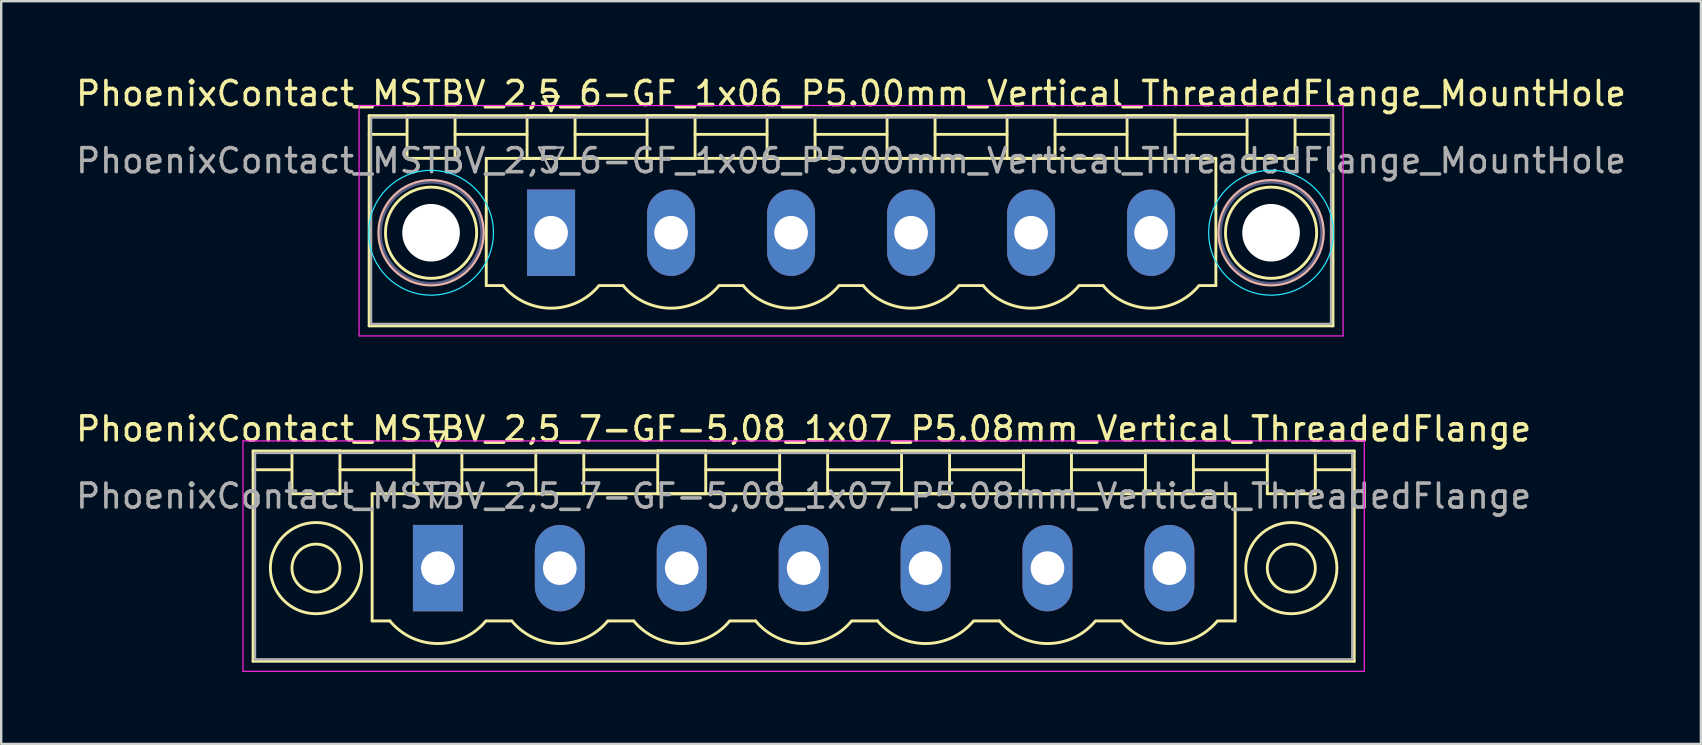
<source format=kicad_pcb>
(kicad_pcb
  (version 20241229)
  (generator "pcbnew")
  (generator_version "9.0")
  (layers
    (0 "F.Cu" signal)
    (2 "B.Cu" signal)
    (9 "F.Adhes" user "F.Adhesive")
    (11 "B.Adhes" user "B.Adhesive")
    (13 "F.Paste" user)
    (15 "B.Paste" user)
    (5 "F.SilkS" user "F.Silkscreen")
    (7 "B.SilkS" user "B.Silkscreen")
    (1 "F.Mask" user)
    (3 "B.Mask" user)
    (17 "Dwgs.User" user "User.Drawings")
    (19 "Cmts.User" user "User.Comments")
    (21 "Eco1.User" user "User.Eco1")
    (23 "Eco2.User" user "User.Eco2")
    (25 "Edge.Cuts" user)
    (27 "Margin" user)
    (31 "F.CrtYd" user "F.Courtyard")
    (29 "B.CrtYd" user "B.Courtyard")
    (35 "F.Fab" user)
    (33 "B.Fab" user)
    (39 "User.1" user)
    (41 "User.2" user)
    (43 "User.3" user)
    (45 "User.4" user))
  (footprint "PhoenixContact_MSTBV_2,5_7-GF-5,08_1x07_P5.08mm_Vertical_ThreadedFlange"
    (layer "F.Cu")
    (at 15.195 20.622)
    (property "Reference" "PhoenixContact_MSTBV_2,5_7-GF-5,08_1x07_P5.08mm_Vertical_ThreadedFlange" (at 15.24 -5.8 0) (layer "F.SilkS") (effects (font (size 1 1) (thickness 0.15))))
    (attr through_hole)
    (fp_line (start -7.7 -4.88) (end -7.7 3.88) (stroke (width 0.12) (type solid)) (layer "F.SilkS"))
    (fp_line (start -7.7 -4.1) (end -6.16 -4.1) (stroke (width 0.12) (type solid)) (layer "F.SilkS"))
    (fp_line (start -7.7 3.88) (end 38.18 3.88) (stroke (width 0.12) (type solid)) (layer "F.SilkS"))
    (fp_line (start -6.08 -4.88) (end -4.08 -4.88) (stroke (width 0.12) (type solid)) (layer "F.SilkS"))
    (fp_line (start -6.08 -3.1) (end -6.08 -4.88) (stroke (width 0.12) (type solid)) (layer "F.SilkS"))
    (fp_line (start -4.08 -4.88) (end -4.08 -3.1) (stroke (width 0.12) (type solid)) (layer "F.SilkS"))
    (fp_line (start -4.08 -4.1) (end -1 -4.1) (stroke (width 0.12) (type solid)) (layer "F.SilkS"))
    (fp_line (start -4.08 -3.1) (end -6.08 -3.1) (stroke (width 0.12) (type solid)) (layer "F.SilkS"))
    (fp_line (start -2.74 -3.1) (end 33.22 -3.1) (stroke (width 0.12) (type solid)) (layer "F.SilkS"))
    (fp_line (start -2.74 2.2) (end -2.74 -3.1) (stroke (width 0.12) (type solid)) (layer "F.SilkS"))
    (fp_line (start -2 2.2) (end -2.74 2.2) (stroke (width 0.12) (type solid)) (layer "F.SilkS"))
    (fp_line (start -1 -4.88) (end 1 -4.88) (stroke (width 0.12) (type solid)) (layer "F.SilkS"))
    (fp_line (start -1 -3.1) (end -1 -4.88) (stroke (width 0.12) (type solid)) (layer "F.SilkS"))
    (fp_line (start -0.3 -5.68) (end 0.3 -5.68) (stroke (width 0.12) (type solid)) (layer "F.SilkS"))
    (fp_line (start 0 -5.08) (end -0.3 -5.68) (stroke (width 0.12) (type solid)) (layer "F.SilkS"))
    (fp_line (start 0.3 -5.68) (end 0 -5.08) (stroke (width 0.12) (type solid)) (layer "F.SilkS"))
    (fp_line (start 1 -4.88) (end 1 -3.1) (stroke (width 0.12) (type solid)) (layer "F.SilkS"))
    (fp_line (start 1 -4.1) (end 4.08 -4.1) (stroke (width 0.12) (type solid)) (layer "F.SilkS"))
    (fp_line (start 1 -3.1) (end -1 -3.1) (stroke (width 0.12) (type solid)) (layer "F.SilkS"))
    (fp_line (start 2 2.2) (end 3.08 2.2) (stroke (width 0.12) (type solid)) (layer "F.SilkS"))
    (fp_line (start 4.08 -4.88) (end 6.08 -4.88) (stroke (width 0.12) (type solid)) (layer "F.SilkS"))
    (fp_line (start 4.08 -3.1) (end 4.08 -4.88) (stroke (width 0.12) (type solid)) (layer "F.SilkS"))
    (fp_line (start 6.08 -4.88) (end 6.08 -3.1) (stroke (width 0.12) (type solid)) (layer "F.SilkS"))
    (fp_line (start 6.08 -4.1) (end 9.16 -4.1) (stroke (width 0.12) (type solid)) (layer "F.SilkS"))
    (fp_line (start 6.08 -3.1) (end 4.08 -3.1) (stroke (width 0.12) (type solid)) (layer "F.SilkS"))
    (fp_line (start 7.08 2.2) (end 8.16 2.2) (stroke (width 0.12) (type solid)) (layer "F.SilkS"))
    (fp_line (start 9.16 -4.88) (end 11.16 -4.88) (stroke (width 0.12) (type solid)) (layer "F.SilkS"))
    (fp_line (start 9.16 -3.1) (end 9.16 -4.88) (stroke (width 0.12) (type solid)) (layer "F.SilkS"))
    (fp_line (start 11.16 -4.88) (end 11.16 -3.1) (stroke (width 0.12) (type solid)) (layer "F.SilkS"))
    (fp_line (start 11.16 -4.1) (end 14.24 -4.1) (stroke (width 0.12) (type solid)) (layer "F.SilkS"))
    (fp_line (start 11.16 -3.1) (end 9.16 -3.1) (stroke (width 0.12) (type solid)) (layer "F.SilkS"))
    (fp_line (start 12.16 2.2) (end 13.24 2.2) (stroke (width 0.12) (type solid)) (layer "F.SilkS"))
    (fp_line (start 14.24 -4.88) (end 16.24 -4.88) (stroke (width 0.12) (type solid)) (layer "F.SilkS"))
    (fp_line (start 14.24 -3.1) (end 14.24 -4.88) (stroke (width 0.12) (type solid)) (layer "F.SilkS"))
    (fp_line (start 16.24 -4.88) (end 16.24 -3.1) (stroke (width 0.12) (type solid)) (layer "F.SilkS"))
    (fp_line (start 16.24 -4.1) (end 19.32 -4.1) (stroke (width 0.12) (type solid)) (layer "F.SilkS"))
    (fp_line (start 16.24 -3.1) (end 14.24 -3.1) (stroke (width 0.12) (type solid)) (layer "F.SilkS"))
    (fp_line (start 17.24 2.2) (end 18.32 2.2) (stroke (width 0.12) (type solid)) (layer "F.SilkS"))
    (fp_line (start 19.32 -4.88) (end 21.32 -4.88) (stroke (width 0.12) (type solid)) (layer "F.SilkS"))
    (fp_line (start 19.32 -3.1) (end 19.32 -4.88) (stroke (width 0.12) (type solid)) (layer "F.SilkS"))
    (fp_line (start 21.32 -4.88) (end 21.32 -3.1) (stroke (width 0.12) (type solid)) (layer "F.SilkS"))
    (fp_line (start 21.32 -4.1) (end 24.4 -4.1) (stroke (width 0.12) (type solid)) (layer "F.SilkS"))
    (fp_line (start 21.32 -3.1) (end 19.32 -3.1) (stroke (width 0.12) (type solid)) (layer "F.SilkS"))
    (fp_line (start 22.32 2.2) (end 23.4 2.2) (stroke (width 0.12) (type solid)) (layer "F.SilkS"))
    (fp_line (start 24.4 -4.88) (end 26.4 -4.88) (stroke (width 0.12) (type solid)) (layer "F.SilkS"))
    (fp_line (start 24.4 -3.1) (end 24.4 -4.88) (stroke (width 0.12) (type solid)) (layer "F.SilkS"))
    (fp_line (start 26.4 -4.88) (end 26.4 -3.1) (stroke (width 0.12) (type solid)) (layer "F.SilkS"))
    (fp_line (start 26.4 -4.1) (end 29.48 -4.1) (stroke (width 0.12) (type solid)) (layer "F.SilkS"))
    (fp_line (start 26.4 -3.1) (end 24.4 -3.1) (stroke (width 0.12) (type solid)) (layer "F.SilkS"))
    (fp_line (start 27.4 2.2) (end 28.48 2.2) (stroke (width 0.12) (type solid)) (layer "F.SilkS"))
    (fp_line (start 29.48 -4.88) (end 31.48 -4.88) (stroke (width 0.12) (type solid)) (layer "F.SilkS"))
    (fp_line (start 29.48 -3.1) (end 29.48 -4.88) (stroke (width 0.12) (type solid)) (layer "F.SilkS"))
    (fp_line (start 31.48 -4.88) (end 31.48 -3.1) (stroke (width 0.12) (type solid)) (layer "F.SilkS"))
    (fp_line (start 31.48 -4.1) (end 34.56 -4.1) (stroke (width 0.12) (type solid)) (layer "F.SilkS"))
    (fp_line (start 31.48 -3.1) (end 29.48 -3.1) (stroke (width 0.12) (type solid)) (layer "F.SilkS"))
    (fp_line (start 33.22 -3.1) (end 33.22 2.2) (stroke (width 0.12) (type solid)) (layer "F.SilkS"))
    (fp_line (start 33.22 2.2) (end 32.48 2.2) (stroke (width 0.12) (type solid)) (layer "F.SilkS"))
    (fp_line (start 34.56 -4.88) (end 36.56 -4.88) (stroke (width 0.12) (type solid)) (layer "F.SilkS"))
    (fp_line (start 34.56 -3.1) (end 34.56 -4.88) (stroke (width 0.12) (type solid)) (layer "F.SilkS"))
    (fp_line (start 36.56 -4.88) (end 36.56 -3.1) (stroke (width 0.12) (type solid)) (layer "F.SilkS"))
    (fp_line (start 36.56 -3.1) (end 34.56 -3.1) (stroke (width 0.12) (type solid)) (layer "F.SilkS"))
    (fp_line (start 38.18 -4.88) (end -7.7 -4.88) (stroke (width 0.12) (type solid)) (layer "F.SilkS"))
    (fp_line (start 38.18 -4.1) (end 36.64 -4.1) (stroke (width 0.12) (type solid)) (layer "F.SilkS"))
    (fp_line (start 38.18 3.88) (end 38.18 -4.88) (stroke (width 0.12) (type solid)) (layer "F.SilkS"))
    (fp_arc (start 1.986842 2.215821) (mid -0.010289 3.142758) (end -2 2.2) (stroke (width 0.12) (type solid)) (layer "F.SilkS"))
    (fp_arc (start 7.066842 2.215821) (mid 5.069711 3.142758) (end 3.08 2.2) (stroke (width 0.12) (type solid)) (layer "F.SilkS"))
    (fp_arc (start 12.146842 2.215821) (mid 10.149711 3.142758) (end 8.16 2.2) (stroke (width 0.12) (type solid)) (layer "F.SilkS"))
    (fp_arc (start 17.226842 2.215821) (mid 15.229711 3.142758) (end 13.24 2.2) (stroke (width 0.12) (type solid)) (layer "F.SilkS"))
    (fp_arc (start 22.306842 2.215821) (mid 20.309711 3.142758) (end 18.32 2.2) (stroke (width 0.12) (type solid)) (layer "F.SilkS"))
    (fp_arc (start 27.386842 2.215821) (mid 25.389711 3.142758) (end 23.4 2.2) (stroke (width 0.12) (type solid)) (layer "F.SilkS"))
    (fp_arc (start 32.466842 2.215821) (mid 30.469711 3.142758) (end 28.48 2.2) (stroke (width 0.12) (type solid)) (layer "F.SilkS"))
    (fp_circle (center -5.08 0) (end -4.08 0) (stroke (width 0.12) (type solid)) (fill no) (layer "F.SilkS"))
    (fp_circle (center -5.08 0) (end -3.18 0) (stroke (width 0.12) (type solid)) (fill no) (layer "F.SilkS"))
    (fp_circle (center 35.56 0) (end 36.56 0) (stroke (width 0.12) (type solid)) (fill no) (layer "F.SilkS"))
    (fp_circle (center 35.56 0) (end 37.46 0) (stroke (width 0.12) (type solid)) (fill no) (layer "F.SilkS"))
    (fp_line (start -8.12 -5.3) (end -8.12 4.3) (stroke (width 0.05) (type solid)) (layer "F.CrtYd"))
    (fp_line (start -8.12 4.3) (end 38.6 4.3) (stroke (width 0.05) (type solid)) (layer "F.CrtYd"))
    (fp_line (start 38.6 -5.3) (end -8.12 -5.3) (stroke (width 0.05) (type solid)) (layer "F.CrtYd"))
    (fp_line (start 38.6 4.3) (end 38.6 -5.3) (stroke (width 0.05) (type solid)) (layer "F.CrtYd"))
    (fp_line (start -7.62 -4.8) (end -7.62 3.8) (stroke (width 0.1) (type solid)) (layer "F.Fab"))
    (fp_line (start -7.62 3.8) (end 38.1 3.8) (stroke (width 0.1) (type solid)) (layer "F.Fab"))
    (fp_line (start -0.5 -3.55) (end 0.5 -3.55) (stroke (width 0.1) (type solid)) (layer "F.Fab"))
    (fp_line (start 0 -2.55) (end -0.5 -3.55) (stroke (width 0.1) (type solid)) (layer "F.Fab"))
    (fp_line (start 0.5 -3.55) (end 0 -2.55) (stroke (width 0.1) (type solid)) (layer "F.Fab"))
    (fp_line (start 38.1 -4.8) (end -7.62 -4.8) (stroke (width 0.1) (type solid)) (layer "F.Fab"))
    (fp_line (start 38.1 3.8) (end 38.1 -4.8) (stroke (width 0.1) (type solid)) (layer "F.Fab"))
    (fp_text user "${REFERENCE}" (at 15.24 -3 0) (layer "F.Fab") (effects (font (size 1 1) (thickness 0.15))))
    (pad "1" thru_hole rect (at 0 0) (size 2.08 3.6) (drill 1.4) (layers "*.Cu" "*.Mask"))
    (pad "2" thru_hole oval (at 5.08 0) (size 2.08 3.6) (drill 1.4) (layers "*.Cu" "*.Mask"))
    (pad "3" thru_hole oval (at 10.16 0) (size 2.08 3.6) (drill 1.4) (layers "*.Cu" "*.Mask"))
    (pad "4" thru_hole oval (at 15.24 0) (size 2.08 3.6) (drill 1.4) (layers "*.Cu" "*.Mask"))
    (pad "5" thru_hole oval (at 20.32 0) (size 2.08 3.6) (drill 1.4) (layers "*.Cu" "*.Mask"))
    (pad "6" thru_hole oval (at 25.4 0) (size 2.08 3.6) (drill 1.4) (layers "*.Cu" "*.Mask"))
    (pad "7" thru_hole oval (at 30.48 0) (size 2.08 3.6) (drill 1.4) (layers "*.Cu" "*.Mask")))
  (footprint "PhoenixContact_MSTBV_2,5_6-GF_1x06_P5.00mm_Vertical_ThreadedFlange_MountHole"
    (layer "F.Cu")
    (at 19.911 6.648)
    (property "Reference" "PhoenixContact_MSTBV_2,5_6-GF_1x06_P5.00mm_Vertical_ThreadedFlange_MountHole" (at 12.5 -5.8 0) (layer "F.SilkS") (effects (font (size 1 1) (thickness 0.15))))
    (attr through_hole)
    (fp_line (start -7.58 -4.88) (end -7.58 3.88) (stroke (width 0.12) (type solid)) (layer "F.SilkS"))
    (fp_line (start -7.58 -4.1) (end -6.08 -4.1) (stroke (width 0.12) (type solid)) (layer "F.SilkS"))
    (fp_line (start -7.58 3.88) (end 32.58 3.88) (stroke (width 0.12) (type solid)) (layer "F.SilkS"))
    (fp_line (start -6 -4.88) (end -4 -4.88) (stroke (width 0.12) (type solid)) (layer "F.SilkS"))
    (fp_line (start -6 -3.1) (end -6 -4.88) (stroke (width 0.12) (type solid)) (layer "F.SilkS"))
    (fp_line (start -4 -4.88) (end -4 -3.1) (stroke (width 0.12) (type solid)) (layer "F.SilkS"))
    (fp_line (start -4 -4.1) (end -1 -4.1) (stroke (width 0.12) (type solid)) (layer "F.SilkS"))
    (fp_line (start -4 -3.1) (end -6 -3.1) (stroke (width 0.12) (type solid)) (layer "F.SilkS"))
    (fp_line (start -2.7 -3.1) (end 27.7 -3.1) (stroke (width 0.12) (type solid)) (layer "F.SilkS"))
    (fp_line (start -2.7 2.2) (end -2.7 -3.1) (stroke (width 0.12) (type solid)) (layer "F.SilkS"))
    (fp_line (start -2 2.2) (end -2.7 2.2) (stroke (width 0.12) (type solid)) (layer "F.SilkS"))
    (fp_line (start -1 -4.88) (end 1 -4.88) (stroke (width 0.12) (type solid)) (layer "F.SilkS"))
    (fp_line (start -1 -3.1) (end -1 -4.88) (stroke (width 0.12) (type solid)) (layer "F.SilkS"))
    (fp_line (start -0.3 -5.68) (end 0.3 -5.68) (stroke (width 0.12) (type solid)) (layer "F.SilkS"))
    (fp_line (start 0 -5.08) (end -0.3 -5.68) (stroke (width 0.12) (type solid)) (layer "F.SilkS"))
    (fp_line (start 0.3 -5.68) (end 0 -5.08) (stroke (width 0.12) (type solid)) (layer "F.SilkS"))
    (fp_line (start 1 -4.88) (end 1 -3.1) (stroke (width 0.12) (type solid)) (layer "F.SilkS"))
    (fp_line (start 1 -4.1) (end 4 -4.1) (stroke (width 0.12) (type solid)) (layer "F.SilkS"))
    (fp_line (start 1 -3.1) (end -1 -3.1) (stroke (width 0.12) (type solid)) (layer "F.SilkS"))
    (fp_line (start 2 2.2) (end 3 2.2) (stroke (width 0.12) (type solid)) (layer "F.SilkS"))
    (fp_line (start 4 -4.88) (end 6 -4.88) (stroke (width 0.12) (type solid)) (layer "F.SilkS"))
    (fp_line (start 4 -3.1) (end 4 -4.88) (stroke (width 0.12) (type solid)) (layer "F.SilkS"))
    (fp_line (start 6 -4.88) (end 6 -3.1) (stroke (width 0.12) (type solid)) (layer "F.SilkS"))
    (fp_line (start 6 -4.1) (end 9 -4.1) (stroke (width 0.12) (type solid)) (layer "F.SilkS"))
    (fp_line (start 6 -3.1) (end 4 -3.1) (stroke (width 0.12) (type solid)) (layer "F.SilkS"))
    (fp_line (start 7 2.2) (end 8 2.2) (stroke (width 0.12) (type solid)) (layer "F.SilkS"))
    (fp_line (start 9 -4.88) (end 11 -4.88) (stroke (width 0.12) (type solid)) (layer "F.SilkS"))
    (fp_line (start 9 -3.1) (end 9 -4.88) (stroke (width 0.12) (type solid)) (layer "F.SilkS"))
    (fp_line (start 11 -4.88) (end 11 -3.1) (stroke (width 0.12) (type solid)) (layer "F.SilkS"))
    (fp_line (start 11 -4.1) (end 14 -4.1) (stroke (width 0.12) (type solid)) (layer "F.SilkS"))
    (fp_line (start 11 -3.1) (end 9 -3.1) (stroke (width 0.12) (type solid)) (layer "F.SilkS"))
    (fp_line (start 12 2.2) (end 13 2.2) (stroke (width 0.12) (type solid)) (layer "F.SilkS"))
    (fp_line (start 14 -4.88) (end 16 -4.88) (stroke (width 0.12) (type solid)) (layer "F.SilkS"))
    (fp_line (start 14 -3.1) (end 14 -4.88) (stroke (width 0.12) (type solid)) (layer "F.SilkS"))
    (fp_line (start 16 -4.88) (end 16 -3.1) (stroke (width 0.12) (type solid)) (layer "F.SilkS"))
    (fp_line (start 16 -4.1) (end 19 -4.1) (stroke (width 0.12) (type solid)) (layer "F.SilkS"))
    (fp_line (start 16 -3.1) (end 14 -3.1) (stroke (width 0.12) (type solid)) (layer "F.SilkS"))
    (fp_line (start 17 2.2) (end 18 2.2) (stroke (width 0.12) (type solid)) (layer "F.SilkS"))
    (fp_line (start 19 -4.88) (end 21 -4.88) (stroke (width 0.12) (type solid)) (layer "F.SilkS"))
    (fp_line (start 19 -3.1) (end 19 -4.88) (stroke (width 0.12) (type solid)) (layer "F.SilkS"))
    (fp_line (start 21 -4.88) (end 21 -3.1) (stroke (width 0.12) (type solid)) (layer "F.SilkS"))
    (fp_line (start 21 -4.1) (end 24 -4.1) (stroke (width 0.12) (type solid)) (layer "F.SilkS"))
    (fp_line (start 21 -3.1) (end 19 -3.1) (stroke (width 0.12) (type solid)) (layer "F.SilkS"))
    (fp_line (start 22 2.2) (end 23 2.2) (stroke (width 0.12) (type solid)) (layer "F.SilkS"))
    (fp_line (start 24 -4.88) (end 26 -4.88) (stroke (width 0.12) (type solid)) (layer "F.SilkS"))
    (fp_line (start 24 -3.1) (end 24 -4.88) (stroke (width 0.12) (type solid)) (layer "F.SilkS"))
    (fp_line (start 26 -4.88) (end 26 -3.1) (stroke (width 0.12) (type solid)) (layer "F.SilkS"))
    (fp_line (start 26 -4.1) (end 29 -4.1) (stroke (width 0.12) (type solid)) (layer "F.SilkS"))
    (fp_line (start 26 -3.1) (end 24 -3.1) (stroke (width 0.12) (type solid)) (layer "F.SilkS"))
    (fp_line (start 27.7 -3.1) (end 27.7 2.2) (stroke (width 0.12) (type solid)) (layer "F.SilkS"))
    (fp_line (start 27.7 2.2) (end 27 2.2) (stroke (width 0.12) (type solid)) (layer "F.SilkS"))
    (fp_line (start 29 -4.88) (end 31 -4.88) (stroke (width 0.12) (type solid)) (layer "F.SilkS"))
    (fp_line (start 29 -3.1) (end 29 -4.88) (stroke (width 0.12) (type solid)) (layer "F.SilkS"))
    (fp_line (start 31 -4.88) (end 31 -3.1) (stroke (width 0.12) (type solid)) (layer "F.SilkS"))
    (fp_line (start 31 -3.1) (end 29 -3.1) (stroke (width 0.12) (type solid)) (layer "F.SilkS"))
    (fp_line (start 32.58 -4.88) (end -7.58 -4.88) (stroke (width 0.12) (type solid)) (layer "F.SilkS"))
    (fp_line (start 32.58 -4.1) (end 31.08 -4.1) (stroke (width 0.12) (type solid)) (layer "F.SilkS"))
    (fp_line (start 32.58 3.88) (end 32.58 -4.88) (stroke (width 0.12) (type solid)) (layer "F.SilkS"))
    (fp_arc (start 1.986842 2.215821) (mid -0.010289 3.142758) (end -2 2.2) (stroke (width 0.12) (type solid)) (layer "F.SilkS"))
    (fp_arc (start 6.986842 2.215821) (mid 4.989711 3.142758) (end 3 2.2) (stroke (width 0.12) (type solid)) (layer "F.SilkS"))
    (fp_arc (start 11.986842 2.215821) (mid 9.989711 3.142758) (end 8 2.2) (stroke (width 0.12) (type solid)) (layer "F.SilkS"))
    (fp_arc (start 16.986842 2.215821) (mid 14.989711 3.142758) (end 13 2.2) (stroke (width 0.12) (type solid)) (layer "F.SilkS"))
    (fp_arc (start 21.986842 2.215821) (mid 19.989711 3.142758) (end 18 2.2) (stroke (width 0.12) (type solid)) (layer "F.SilkS"))
    (fp_arc (start 26.986842 2.215821) (mid 24.989711 3.142758) (end 23 2.2) (stroke (width 0.12) (type solid)) (layer "F.SilkS"))
    (fp_circle (center -5 0) (end -3.1 0) (stroke (width 0.12) (type solid)) (fill no) (layer "F.SilkS"))
    (fp_circle (center 30 0) (end 31.9 0) (stroke (width 0.12) (type solid)) (fill no) (layer "F.SilkS"))
    (fp_circle (center -5 0) (end -2.82 0) (stroke (width 0.12) (type solid)) (fill no) (layer "B.SilkS"))
    (fp_circle (center 30 0) (end 32.18 0) (stroke (width 0.12) (type solid)) (fill no) (layer "B.SilkS"))
    (fp_circle (center -5 0) (end -2.4 0) (stroke (width 0.05) (type solid)) (fill no) (layer "B.CrtYd"))
    (fp_circle (center 30 0) (end 32.6 0) (stroke (width 0.05) (type solid)) (fill no) (layer "B.CrtYd"))
    (fp_line (start -8 -5.3) (end -8 4.3) (stroke (width 0.05) (type solid)) (layer "F.CrtYd"))
    (fp_line (start -8 4.3) (end 33 4.3) (stroke (width 0.05) (type solid)) (layer "F.CrtYd"))
    (fp_line (start 33 -5.3) (end -8 -5.3) (stroke (width 0.05) (type solid)) (layer "F.CrtYd"))
    (fp_line (start 33 4.3) (end 33 -5.3) (stroke (width 0.05) (type solid)) (layer "F.CrtYd"))
    (fp_circle (center -5 0) (end -2.9 0) (stroke (width 0.1) (type solid)) (fill no) (layer "B.Fab"))
    (fp_circle (center 30 0) (end 32.1 0) (stroke (width 0.1) (type solid)) (fill no) (layer "B.Fab"))
    (fp_line (start -7.5 -4.8) (end -7.5 3.8) (stroke (width 0.1) (type solid)) (layer "F.Fab"))
    (fp_line (start -7.5 3.8) (end 32.5 3.8) (stroke (width 0.1) (type solid)) (layer "F.Fab"))
    (fp_line (start -0.5 -3.55) (end 0.5 -3.55) (stroke (width 0.1) (type solid)) (layer "F.Fab"))
    (fp_line (start 0 -2.55) (end -0.5 -3.55) (stroke (width 0.1) (type solid)) (layer "F.Fab"))
    (fp_line (start 0.5 -3.55) (end 0 -2.55) (stroke (width 0.1) (type solid)) (layer "F.Fab"))
    (fp_line (start 32.5 -4.8) (end -7.5 -4.8) (stroke (width 0.1) (type solid)) (layer "F.Fab"))
    (fp_line (start 32.5 3.8) (end 32.5 -4.8) (stroke (width 0.1) (type solid)) (layer "F.Fab"))
    (fp_text user "${REFERENCE}" (at 12.5 -3 0) (layer "F.Fab") (effects (font (size 1 1) (thickness 0.15))))
    (pad "" np_thru_hole circle (at -5 0) (size 2.4 2.4) (drill 2.4) (layers "*.Cu" "*.Mask"))
    (pad "" np_thru_hole circle (at 30 0) (size 2.4 2.4) (drill 2.4) (layers "*.Cu" "*.Mask"))
    (pad "1" thru_hole rect (at 0 0) (size 2 3.6) (drill 1.4) (layers "*.Cu" "*.Mask"))
    (pad "2" thru_hole oval (at 5 0) (size 2 3.6) (drill 1.4) (layers "*.Cu" "*.Mask"))
    (pad "3" thru_hole oval (at 10 0) (size 2 3.6) (drill 1.4) (layers "*.Cu" "*.Mask"))
    (pad "4" thru_hole oval (at 15 0) (size 2 3.6) (drill 1.4) (layers "*.Cu" "*.Mask"))
    (pad "5" thru_hole oval (at 20 0) (size 2 3.6) (drill 1.4) (layers "*.Cu" "*.Mask"))
    (pad "6" thru_hole oval (at 25 0) (size 2 3.6) (drill 1.4) (layers "*.Cu" "*.Mask")))
  (gr_rect
    (start -3 -3)
    (end 67.821 27.947)
    (stroke (width 0.1) (type default))
    (fill no)
    (layer "Edge.Cuts")))
</source>
